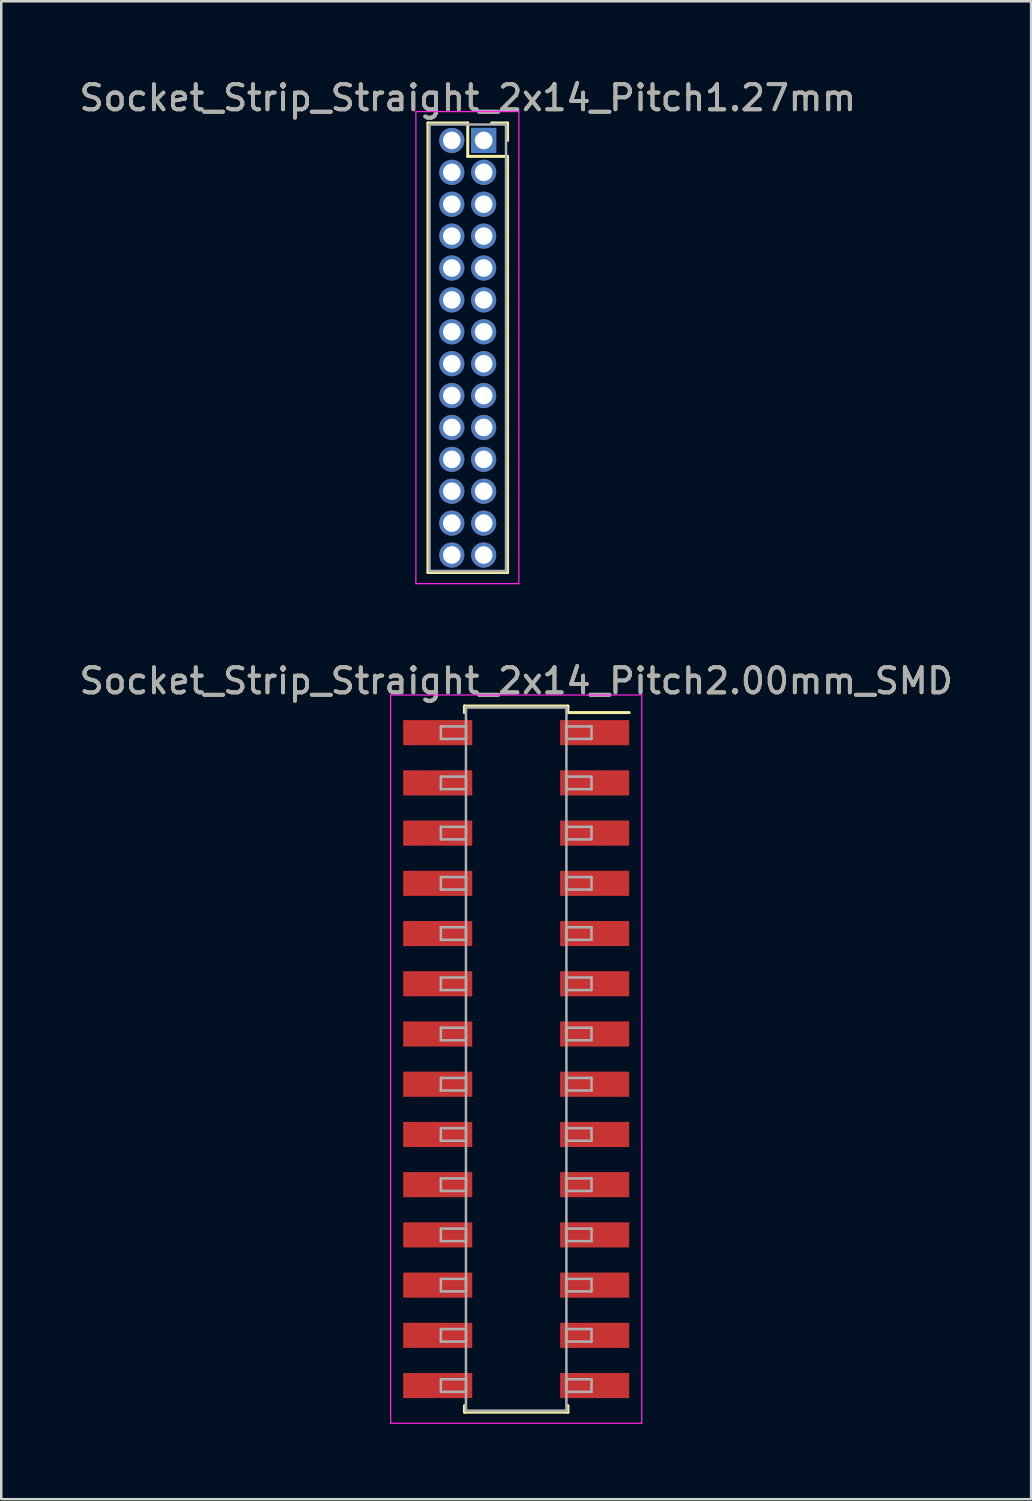
<source format=kicad_pcb>
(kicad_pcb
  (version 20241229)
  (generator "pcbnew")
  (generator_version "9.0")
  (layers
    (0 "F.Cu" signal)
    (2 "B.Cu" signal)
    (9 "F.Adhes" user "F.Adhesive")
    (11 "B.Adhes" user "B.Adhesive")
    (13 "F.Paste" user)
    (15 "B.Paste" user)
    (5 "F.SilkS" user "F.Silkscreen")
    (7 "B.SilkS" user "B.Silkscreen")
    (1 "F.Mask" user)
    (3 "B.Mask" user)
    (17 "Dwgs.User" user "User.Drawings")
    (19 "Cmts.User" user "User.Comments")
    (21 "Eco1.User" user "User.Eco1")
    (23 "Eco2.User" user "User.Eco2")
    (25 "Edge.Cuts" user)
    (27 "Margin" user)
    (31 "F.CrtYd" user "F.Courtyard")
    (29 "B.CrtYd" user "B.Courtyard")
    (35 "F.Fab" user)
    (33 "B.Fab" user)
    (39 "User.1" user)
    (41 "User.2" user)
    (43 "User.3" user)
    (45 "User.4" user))
  (footprint "Socket_Strip_Straight_2x14_Pitch1.27mm"
    (layer "F.Cu")
    (at 16.212 2.543)
    (property "Reference" "Socket_Strip_Straight_2x14_Pitch1.27mm" (at -0.635 -1.695 0) (layer "F.SilkS") (effects (font (size 1 1) (thickness 0.15))))
    (attr through_hole)
    (fp_line (start -2.22 -0.695) (end -0.635 -0.695) (stroke (width 0.12) (type solid)) (layer "F.SilkS"))
    (fp_line (start -2.22 17.205) (end -2.22 -0.695) (stroke (width 0.12) (type solid)) (layer "F.SilkS"))
    (fp_line (start -0.635 -0.695) (end -0.635 0.635) (stroke (width 0.12) (type solid)) (layer "F.SilkS"))
    (fp_line (start -0.635 0.635) (end 0.95 0.635) (stroke (width 0.12) (type solid)) (layer "F.SilkS"))
    (fp_line (start 0.95 -0.695) (end 0.315 -0.695) (stroke (width 0.12) (type solid)) (layer "F.SilkS"))
    (fp_line (start 0.95 0) (end 0.95 -0.695) (stroke (width 0.12) (type solid)) (layer "F.SilkS"))
    (fp_line (start 0.95 0.635) (end 0.95 17.205) (stroke (width 0.12) (type solid)) (layer "F.SilkS"))
    (fp_line (start 0.95 17.205) (end -2.22 17.205) (stroke (width 0.12) (type solid)) (layer "F.SilkS"))
    (fp_line (start -2.7 -1.15) (end -2.7 17.65) (stroke (width 0.05) (type solid)) (layer "F.CrtYd"))
    (fp_line (start -2.7 17.65) (end 1.4 17.65) (stroke (width 0.05) (type solid)) (layer "F.CrtYd"))
    (fp_line (start 1.4 -1.15) (end -2.7 -1.15) (stroke (width 0.05) (type solid)) (layer "F.CrtYd"))
    (fp_line (start 1.4 17.65) (end 1.4 -1.15) (stroke (width 0.05) (type solid)) (layer "F.CrtYd"))
    (fp_line (start -2.16 -0.635) (end -2.16 17.145) (stroke (width 0.1) (type solid)) (layer "F.Fab"))
    (fp_line (start -2.16 17.145) (end 0.89 17.145) (stroke (width 0.1) (type solid)) (layer "F.Fab"))
    (fp_line (start 0.89 -0.635) (end -2.16 -0.635) (stroke (width 0.1) (type solid)) (layer "F.Fab"))
    (fp_line (start 0.89 17.145) (end 0.89 -0.635) (stroke (width 0.1) (type solid)) (layer "F.Fab"))
    (fp_text user "${REFERENCE}" (at -0.635 -1.695 0) (layer "F.Fab") (effects (font (size 1 1) (thickness 0.15))))
    (pad "1" thru_hole rect (at 0 0) (size 1 1) (drill 0.7) (layers "*.Cu" "*.Mask"))
    (pad "2" thru_hole oval (at -1.27 0) (size 1 1) (drill 0.7) (layers "*.Cu" "*.Mask"))
    (pad "3" thru_hole oval (at 0 1.27) (size 1 1) (drill 0.7) (layers "*.Cu" "*.Mask"))
    (pad "4" thru_hole oval (at -1.27 1.27) (size 1 1) (drill 0.7) (layers "*.Cu" "*.Mask"))
    (pad "5" thru_hole oval (at 0 2.54) (size 1 1) (drill 0.7) (layers "*.Cu" "*.Mask"))
    (pad "6" thru_hole oval (at -1.27 2.54) (size 1 1) (drill 0.7) (layers "*.Cu" "*.Mask"))
    (pad "7" thru_hole oval (at 0 3.81) (size 1 1) (drill 0.7) (layers "*.Cu" "*.Mask"))
    (pad "8" thru_hole oval (at -1.27 3.81) (size 1 1) (drill 0.7) (layers "*.Cu" "*.Mask"))
    (pad "9" thru_hole oval (at 0 5.08) (size 1 1) (drill 0.7) (layers "*.Cu" "*.Mask"))
    (pad "10" thru_hole oval (at -1.27 5.08) (size 1 1) (drill 0.7) (layers "*.Cu" "*.Mask"))
    (pad "11" thru_hole oval (at 0 6.35) (size 1 1) (drill 0.7) (layers "*.Cu" "*.Mask"))
    (pad "12" thru_hole oval (at -1.27 6.35) (size 1 1) (drill 0.7) (layers "*.Cu" "*.Mask"))
    (pad "13" thru_hole oval (at 0 7.62) (size 1 1) (drill 0.7) (layers "*.Cu" "*.Mask"))
    (pad "14" thru_hole oval (at -1.27 7.62) (size 1 1) (drill 0.7) (layers "*.Cu" "*.Mask"))
    (pad "15" thru_hole oval (at 0 8.89) (size 1 1) (drill 0.7) (layers "*.Cu" "*.Mask"))
    (pad "16" thru_hole oval (at -1.27 8.89) (size 1 1) (drill 0.7) (layers "*.Cu" "*.Mask"))
    (pad "17" thru_hole oval (at 0 10.16) (size 1 1) (drill 0.7) (layers "*.Cu" "*.Mask"))
    (pad "18" thru_hole oval (at -1.27 10.16) (size 1 1) (drill 0.7) (layers "*.Cu" "*.Mask"))
    (pad "19" thru_hole oval (at 0 11.43) (size 1 1) (drill 0.7) (layers "*.Cu" "*.Mask"))
    (pad "20" thru_hole oval (at -1.27 11.43) (size 1 1) (drill 0.7) (layers "*.Cu" "*.Mask"))
    (pad "21" thru_hole oval (at 0 12.7) (size 1 1) (drill 0.7) (layers "*.Cu" "*.Mask"))
    (pad "22" thru_hole oval (at -1.27 12.7) (size 1 1) (drill 0.7) (layers "*.Cu" "*.Mask"))
    (pad "23" thru_hole oval (at 0 13.97) (size 1 1) (drill 0.7) (layers "*.Cu" "*.Mask"))
    (pad "24" thru_hole oval (at -1.27 13.97) (size 1 1) (drill 0.7) (layers "*.Cu" "*.Mask"))
    (pad "25" thru_hole oval (at 0 15.24) (size 1 1) (drill 0.7) (layers "*.Cu" "*.Mask"))
    (pad "26" thru_hole oval (at -1.27 15.24) (size 1 1) (drill 0.7) (layers "*.Cu" "*.Mask"))
    (pad "27" thru_hole oval (at 0 16.51) (size 1 1) (drill 0.7) (layers "*.Cu" "*.Mask"))
    (pad "28" thru_hole oval (at -1.27 16.51) (size 1 1) (drill 0.7) (layers "*.Cu" "*.Mask")))
  (footprint "Socket_Strip_Straight_2x14_Pitch2.00mm_SMD"
    (layer "F.Cu")
    (at 17.506 39.127)
    (property "Reference" "Socket_Strip_Straight_2x14_Pitch2.00mm_SMD" (at 0 -15.06 0) (layer "F.SilkS") (effects (font (size 1 1) (thickness 0.15))))
    (attr smd)
    (fp_line (start -2.06 -14.06) (end 2.06 -14.06) (stroke (width 0.12) (type solid)) (layer "F.SilkS"))
    (fp_line (start -2.06 -13.8) (end -2.06 -14.06) (stroke (width 0.12) (type solid)) (layer "F.SilkS"))
    (fp_line (start -2.06 13.8) (end -2.06 14.06) (stroke (width 0.12) (type solid)) (layer "F.SilkS"))
    (fp_line (start -2.06 14.06) (end 2.06 14.06) (stroke (width 0.12) (type solid)) (layer "F.SilkS"))
    (fp_line (start 2.06 -14.06) (end 2.06 -13.8) (stroke (width 0.12) (type solid)) (layer "F.SilkS"))
    (fp_line (start 2.06 14.06) (end 2.06 13.8) (stroke (width 0.12) (type solid)) (layer "F.SilkS"))
    (fp_line (start 4.5 -13.8) (end 2.06 -13.8) (stroke (width 0.12) (type solid)) (layer "F.SilkS"))
    (fp_line (start -5 -14.5) (end -5 14.5) (stroke (width 0.05) (type solid)) (layer "F.CrtYd"))
    (fp_line (start -5 14.5) (end 5 14.5) (stroke (width 0.05) (type solid)) (layer "F.CrtYd"))
    (fp_line (start 5 -14.5) (end -5 -14.5) (stroke (width 0.05) (type solid)) (layer "F.CrtYd"))
    (fp_line (start 5 14.5) (end 5 -14.5) (stroke (width 0.05) (type solid)) (layer "F.CrtYd"))
    (fp_line (start -3 -13.25) (end -2 -13.25) (stroke (width 0.1) (type solid)) (layer "F.Fab"))
    (fp_line (start -3 -12.75) (end -3 -13.25) (stroke (width 0.1) (type solid)) (layer "F.Fab"))
    (fp_line (start -3 -11.25) (end -2 -11.25) (stroke (width 0.1) (type solid)) (layer "F.Fab"))
    (fp_line (start -3 -10.75) (end -3 -11.25) (stroke (width 0.1) (type solid)) (layer "F.Fab"))
    (fp_line (start -3 -9.25) (end -2 -9.25) (stroke (width 0.1) (type solid)) (layer "F.Fab"))
    (fp_line (start -3 -8.75) (end -3 -9.25) (stroke (width 0.1) (type solid)) (layer "F.Fab"))
    (fp_line (start -3 -7.25) (end -2 -7.25) (stroke (width 0.1) (type solid)) (layer "F.Fab"))
    (fp_line (start -3 -6.75) (end -3 -7.25) (stroke (width 0.1) (type solid)) (layer "F.Fab"))
    (fp_line (start -3 -5.25) (end -2 -5.25) (stroke (width 0.1) (type solid)) (layer "F.Fab"))
    (fp_line (start -3 -4.75) (end -3 -5.25) (stroke (width 0.1) (type solid)) (layer "F.Fab"))
    (fp_line (start -3 -3.25) (end -2 -3.25) (stroke (width 0.1) (type solid)) (layer "F.Fab"))
    (fp_line (start -3 -2.75) (end -3 -3.25) (stroke (width 0.1) (type solid)) (layer "F.Fab"))
    (fp_line (start -3 -1.25) (end -2 -1.25) (stroke (width 0.1) (type solid)) (layer "F.Fab"))
    (fp_line (start -3 -0.75) (end -3 -1.25) (stroke (width 0.1) (type solid)) (layer "F.Fab"))
    (fp_line (start -3 0.75) (end -2 0.75) (stroke (width 0.1) (type solid)) (layer "F.Fab"))
    (fp_line (start -3 1.25) (end -3 0.75) (stroke (width 0.1) (type solid)) (layer "F.Fab"))
    (fp_line (start -3 2.75) (end -2 2.75) (stroke (width 0.1) (type solid)) (layer "F.Fab"))
    (fp_line (start -3 3.25) (end -3 2.75) (stroke (width 0.1) (type solid)) (layer "F.Fab"))
    (fp_line (start -3 4.75) (end -2 4.75) (stroke (width 0.1) (type solid)) (layer "F.Fab"))
    (fp_line (start -3 5.25) (end -3 4.75) (stroke (width 0.1) (type solid)) (layer "F.Fab"))
    (fp_line (start -3 6.75) (end -2 6.75) (stroke (width 0.1) (type solid)) (layer "F.Fab"))
    (fp_line (start -3 7.25) (end -3 6.75) (stroke (width 0.1) (type solid)) (layer "F.Fab"))
    (fp_line (start -3 8.75) (end -2 8.75) (stroke (width 0.1) (type solid)) (layer "F.Fab"))
    (fp_line (start -3 9.25) (end -3 8.75) (stroke (width 0.1) (type solid)) (layer "F.Fab"))
    (fp_line (start -3 10.75) (end -2 10.75) (stroke (width 0.1) (type solid)) (layer "F.Fab"))
    (fp_line (start -3 11.25) (end -3 10.75) (stroke (width 0.1) (type solid)) (layer "F.Fab"))
    (fp_line (start -3 12.75) (end -2 12.75) (stroke (width 0.1) (type solid)) (layer "F.Fab"))
    (fp_line (start -3 13.25) (end -3 12.75) (stroke (width 0.1) (type solid)) (layer "F.Fab"))
    (fp_line (start -2 -14) (end -2 14) (stroke (width 0.1) (type solid)) (layer "F.Fab"))
    (fp_line (start -2 -13.25) (end -2 -12.75) (stroke (width 0.1) (type solid)) (layer "F.Fab"))
    (fp_line (start -2 -12.75) (end -3 -12.75) (stroke (width 0.1) (type solid)) (layer "F.Fab"))
    (fp_line (start -2 -11.25) (end -2 -10.75) (stroke (width 0.1) (type solid)) (layer "F.Fab"))
    (fp_line (start -2 -10.75) (end -3 -10.75) (stroke (width 0.1) (type solid)) (layer "F.Fab"))
    (fp_line (start -2 -9.25) (end -2 -8.75) (stroke (width 0.1) (type solid)) (layer "F.Fab"))
    (fp_line (start -2 -8.75) (end -3 -8.75) (stroke (width 0.1) (type solid)) (layer "F.Fab"))
    (fp_line (start -2 -7.25) (end -2 -6.75) (stroke (width 0.1) (type solid)) (layer "F.Fab"))
    (fp_line (start -2 -6.75) (end -3 -6.75) (stroke (width 0.1) (type solid)) (layer "F.Fab"))
    (fp_line (start -2 -5.25) (end -2 -4.75) (stroke (width 0.1) (type solid)) (layer "F.Fab"))
    (fp_line (start -2 -4.75) (end -3 -4.75) (stroke (width 0.1) (type solid)) (layer "F.Fab"))
    (fp_line (start -2 -3.25) (end -2 -2.75) (stroke (width 0.1) (type solid)) (layer "F.Fab"))
    (fp_line (start -2 -2.75) (end -3 -2.75) (stroke (width 0.1) (type solid)) (layer "F.Fab"))
    (fp_line (start -2 -1.25) (end -2 -0.75) (stroke (width 0.1) (type solid)) (layer "F.Fab"))
    (fp_line (start -2 -0.75) (end -3 -0.75) (stroke (width 0.1) (type solid)) (layer "F.Fab"))
    (fp_line (start -2 0.75) (end -2 1.25) (stroke (width 0.1) (type solid)) (layer "F.Fab"))
    (fp_line (start -2 1.25) (end -3 1.25) (stroke (width 0.1) (type solid)) (layer "F.Fab"))
    (fp_line (start -2 2.75) (end -2 3.25) (stroke (width 0.1) (type solid)) (layer "F.Fab"))
    (fp_line (start -2 3.25) (end -3 3.25) (stroke (width 0.1) (type solid)) (layer "F.Fab"))
    (fp_line (start -2 4.75) (end -2 5.25) (stroke (width 0.1) (type solid)) (layer "F.Fab"))
    (fp_line (start -2 5.25) (end -3 5.25) (stroke (width 0.1) (type solid)) (layer "F.Fab"))
    (fp_line (start -2 6.75) (end -2 7.25) (stroke (width 0.1) (type solid)) (layer "F.Fab"))
    (fp_line (start -2 7.25) (end -3 7.25) (stroke (width 0.1) (type solid)) (layer "F.Fab"))
    (fp_line (start -2 8.75) (end -2 9.25) (stroke (width 0.1) (type solid)) (layer "F.Fab"))
    (fp_line (start -2 9.25) (end -3 9.25) (stroke (width 0.1) (type solid)) (layer "F.Fab"))
    (fp_line (start -2 10.75) (end -2 11.25) (stroke (width 0.1) (type solid)) (layer "F.Fab"))
    (fp_line (start -2 11.25) (end -3 11.25) (stroke (width 0.1) (type solid)) (layer "F.Fab"))
    (fp_line (start -2 12.75) (end -2 13.25) (stroke (width 0.1) (type solid)) (layer "F.Fab"))
    (fp_line (start -2 13.25) (end -3 13.25) (stroke (width 0.1) (type solid)) (layer "F.Fab"))
    (fp_line (start -2 14) (end 2 14) (stroke (width 0.1) (type solid)) (layer "F.Fab"))
    (fp_line (start 2 -14) (end -2 -14) (stroke (width 0.1) (type solid)) (layer "F.Fab"))
    (fp_line (start 2 -13.25) (end 2 -12.75) (stroke (width 0.1) (type solid)) (layer "F.Fab"))
    (fp_line (start 2 -12.75) (end 3 -12.75) (stroke (width 0.1) (type solid)) (layer "F.Fab"))
    (fp_line (start 2 -11.25) (end 2 -10.75) (stroke (width 0.1) (type solid)) (layer "F.Fab"))
    (fp_line (start 2 -10.75) (end 3 -10.75) (stroke (width 0.1) (type solid)) (layer "F.Fab"))
    (fp_line (start 2 -9.25) (end 2 -8.75) (stroke (width 0.1) (type solid)) (layer "F.Fab"))
    (fp_line (start 2 -8.75) (end 3 -8.75) (stroke (width 0.1) (type solid)) (layer "F.Fab"))
    (fp_line (start 2 -7.25) (end 2 -6.75) (stroke (width 0.1) (type solid)) (layer "F.Fab"))
    (fp_line (start 2 -6.75) (end 3 -6.75) (stroke (width 0.1) (type solid)) (layer "F.Fab"))
    (fp_line (start 2 -5.25) (end 2 -4.75) (stroke (width 0.1) (type solid)) (layer "F.Fab"))
    (fp_line (start 2 -4.75) (end 3 -4.75) (stroke (width 0.1) (type solid)) (layer "F.Fab"))
    (fp_line (start 2 -3.25) (end 2 -2.75) (stroke (width 0.1) (type solid)) (layer "F.Fab"))
    (fp_line (start 2 -2.75) (end 3 -2.75) (stroke (width 0.1) (type solid)) (layer "F.Fab"))
    (fp_line (start 2 -1.25) (end 2 -0.75) (stroke (width 0.1) (type solid)) (layer "F.Fab"))
    (fp_line (start 2 -0.75) (end 3 -0.75) (stroke (width 0.1) (type solid)) (layer "F.Fab"))
    (fp_line (start 2 0.75) (end 2 1.25) (stroke (width 0.1) (type solid)) (layer "F.Fab"))
    (fp_line (start 2 1.25) (end 3 1.25) (stroke (width 0.1) (type solid)) (layer "F.Fab"))
    (fp_line (start 2 2.75) (end 2 3.25) (stroke (width 0.1) (type solid)) (layer "F.Fab"))
    (fp_line (start 2 3.25) (end 3 3.25) (stroke (width 0.1) (type solid)) (layer "F.Fab"))
    (fp_line (start 2 4.75) (end 2 5.25) (stroke (width 0.1) (type solid)) (layer "F.Fab"))
    (fp_line (start 2 5.25) (end 3 5.25) (stroke (width 0.1) (type solid)) (layer "F.Fab"))
    (fp_line (start 2 6.75) (end 2 7.25) (stroke (width 0.1) (type solid)) (layer "F.Fab"))
    (fp_line (start 2 7.25) (end 3 7.25) (stroke (width 0.1) (type solid)) (layer "F.Fab"))
    (fp_line (start 2 8.75) (end 2 9.25) (stroke (width 0.1) (type solid)) (layer "F.Fab"))
    (fp_line (start 2 9.25) (end 3 9.25) (stroke (width 0.1) (type solid)) (layer "F.Fab"))
    (fp_line (start 2 10.75) (end 2 11.25) (stroke (width 0.1) (type solid)) (layer "F.Fab"))
    (fp_line (start 2 11.25) (end 3 11.25) (stroke (width 0.1) (type solid)) (layer "F.Fab"))
    (fp_line (start 2 12.75) (end 2 13.25) (stroke (width 0.1) (type solid)) (layer "F.Fab"))
    (fp_line (start 2 13.25) (end 3 13.25) (stroke (width 0.1) (type solid)) (layer "F.Fab"))
    (fp_line (start 2 14) (end 2 -14) (stroke (width 0.1) (type solid)) (layer "F.Fab"))
    (fp_line (start 3 -13.25) (end 2 -13.25) (stroke (width 0.1) (type solid)) (layer "F.Fab"))
    (fp_line (start 3 -12.75) (end 3 -13.25) (stroke (width 0.1) (type solid)) (layer "F.Fab"))
    (fp_line (start 3 -11.25) (end 2 -11.25) (stroke (width 0.1) (type solid)) (layer "F.Fab"))
    (fp_line (start 3 -10.75) (end 3 -11.25) (stroke (width 0.1) (type solid)) (layer "F.Fab"))
    (fp_line (start 3 -9.25) (end 2 -9.25) (stroke (width 0.1) (type solid)) (layer "F.Fab"))
    (fp_line (start 3 -8.75) (end 3 -9.25) (stroke (width 0.1) (type solid)) (layer "F.Fab"))
    (fp_line (start 3 -7.25) (end 2 -7.25) (stroke (width 0.1) (type solid)) (layer "F.Fab"))
    (fp_line (start 3 -6.75) (end 3 -7.25) (stroke (width 0.1) (type solid)) (layer "F.Fab"))
    (fp_line (start 3 -5.25) (end 2 -5.25) (stroke (width 0.1) (type solid)) (layer "F.Fab"))
    (fp_line (start 3 -4.75) (end 3 -5.25) (stroke (width 0.1) (type solid)) (layer "F.Fab"))
    (fp_line (start 3 -3.25) (end 2 -3.25) (stroke (width 0.1) (type solid)) (layer "F.Fab"))
    (fp_line (start 3 -2.75) (end 3 -3.25) (stroke (width 0.1) (type solid)) (layer "F.Fab"))
    (fp_line (start 3 -1.25) (end 2 -1.25) (stroke (width 0.1) (type solid)) (layer "F.Fab"))
    (fp_line (start 3 -0.75) (end 3 -1.25) (stroke (width 0.1) (type solid)) (layer "F.Fab"))
    (fp_line (start 3 0.75) (end 2 0.75) (stroke (width 0.1) (type solid)) (layer "F.Fab"))
    (fp_line (start 3 1.25) (end 3 0.75) (stroke (width 0.1) (type solid)) (layer "F.Fab"))
    (fp_line (start 3 2.75) (end 2 2.75) (stroke (width 0.1) (type solid)) (layer "F.Fab"))
    (fp_line (start 3 3.25) (end 3 2.75) (stroke (width 0.1) (type solid)) (layer "F.Fab"))
    (fp_line (start 3 4.75) (end 2 4.75) (stroke (width 0.1) (type solid)) (layer "F.Fab"))
    (fp_line (start 3 5.25) (end 3 4.75) (stroke (width 0.1) (type solid)) (layer "F.Fab"))
    (fp_line (start 3 6.75) (end 2 6.75) (stroke (width 0.1) (type solid)) (layer "F.Fab"))
    (fp_line (start 3 7.25) (end 3 6.75) (stroke (width 0.1) (type solid)) (layer "F.Fab"))
    (fp_line (start 3 8.75) (end 2 8.75) (stroke (width 0.1) (type solid)) (layer "F.Fab"))
    (fp_line (start 3 9.25) (end 3 8.75) (stroke (width 0.1) (type solid)) (layer "F.Fab"))
    (fp_line (start 3 10.75) (end 2 10.75) (stroke (width 0.1) (type solid)) (layer "F.Fab"))
    (fp_line (start 3 11.25) (end 3 10.75) (stroke (width 0.1) (type solid)) (layer "F.Fab"))
    (fp_line (start 3 12.75) (end 2 12.75) (stroke (width 0.1) (type solid)) (layer "F.Fab"))
    (fp_line (start 3 13.25) (end 3 12.75) (stroke (width 0.1) (type solid)) (layer "F.Fab"))
    (fp_text user "${REFERENCE}" (at 0 -15.06 0) (layer "F.Fab") (effects (font (size 1 1) (thickness 0.15))))
    (pad "1" smd rect (at 3.125 -13) (size 2.75 1) (layers "F.Cu" "F.Mask" "F.Paste"))
    (pad "2" smd rect (at -3.125 -13) (size 2.75 1) (layers "F.Cu" "F.Mask" "F.Paste"))
    (pad "3" smd rect (at 3.125 -11) (size 2.75 1) (layers "F.Cu" "F.Mask" "F.Paste"))
    (pad "4" smd rect (at -3.125 -11) (size 2.75 1) (layers "F.Cu" "F.Mask" "F.Paste"))
    (pad "5" smd rect (at 3.125 -9) (size 2.75 1) (layers "F.Cu" "F.Mask" "F.Paste"))
    (pad "6" smd rect (at -3.125 -9) (size 2.75 1) (layers "F.Cu" "F.Mask" "F.Paste"))
    (pad "7" smd rect (at 3.125 -7) (size 2.75 1) (layers "F.Cu" "F.Mask" "F.Paste"))
    (pad "8" smd rect (at -3.125 -7) (size 2.75 1) (layers "F.Cu" "F.Mask" "F.Paste"))
    (pad "9" smd rect (at 3.125 -5) (size 2.75 1) (layers "F.Cu" "F.Mask" "F.Paste"))
    (pad "10" smd rect (at -3.125 -5) (size 2.75 1) (layers "F.Cu" "F.Mask" "F.Paste"))
    (pad "11" smd rect (at 3.125 -3) (size 2.75 1) (layers "F.Cu" "F.Mask" "F.Paste"))
    (pad "12" smd rect (at -3.125 -3) (size 2.75 1) (layers "F.Cu" "F.Mask" "F.Paste"))
    (pad "13" smd rect (at 3.125 -1) (size 2.75 1) (layers "F.Cu" "F.Mask" "F.Paste"))
    (pad "14" smd rect (at -3.125 -1) (size 2.75 1) (layers "F.Cu" "F.Mask" "F.Paste"))
    (pad "15" smd rect (at 3.125 1) (size 2.75 1) (layers "F.Cu" "F.Mask" "F.Paste"))
    (pad "16" smd rect (at -3.125 1) (size 2.75 1) (layers "F.Cu" "F.Mask" "F.Paste"))
    (pad "17" smd rect (at 3.125 3) (size 2.75 1) (layers "F.Cu" "F.Mask" "F.Paste"))
    (pad "18" smd rect (at -3.125 3) (size 2.75 1) (layers "F.Cu" "F.Mask" "F.Paste"))
    (pad "19" smd rect (at 3.125 5) (size 2.75 1) (layers "F.Cu" "F.Mask" "F.Paste"))
    (pad "20" smd rect (at -3.125 5) (size 2.75 1) (layers "F.Cu" "F.Mask" "F.Paste"))
    (pad "21" smd rect (at 3.125 7) (size 2.75 1) (layers "F.Cu" "F.Mask" "F.Paste"))
    (pad "22" smd rect (at -3.125 7) (size 2.75 1) (layers "F.Cu" "F.Mask" "F.Paste"))
    (pad "23" smd rect (at 3.125 9) (size 2.75 1) (layers "F.Cu" "F.Mask" "F.Paste"))
    (pad "24" smd rect (at -3.125 9) (size 2.75 1) (layers "F.Cu" "F.Mask" "F.Paste"))
    (pad "25" smd rect (at 3.125 11) (size 2.75 1) (layers "F.Cu" "F.Mask" "F.Paste"))
    (pad "26" smd rect (at -3.125 11) (size 2.75 1) (layers "F.Cu" "F.Mask" "F.Paste"))
    (pad "27" smd rect (at 3.125 13) (size 2.75 1) (layers "F.Cu" "F.Mask" "F.Paste"))
    (pad "28" smd rect (at -3.125 13) (size 2.75 1) (layers "F.Cu" "F.Mask" "F.Paste")))
  (gr_rect
    (start -3 -3)
    (end 38.012 56.651)
    (stroke (width 0.1) (type default))
    (fill no)
    (layer "Edge.Cuts")))
</source>
